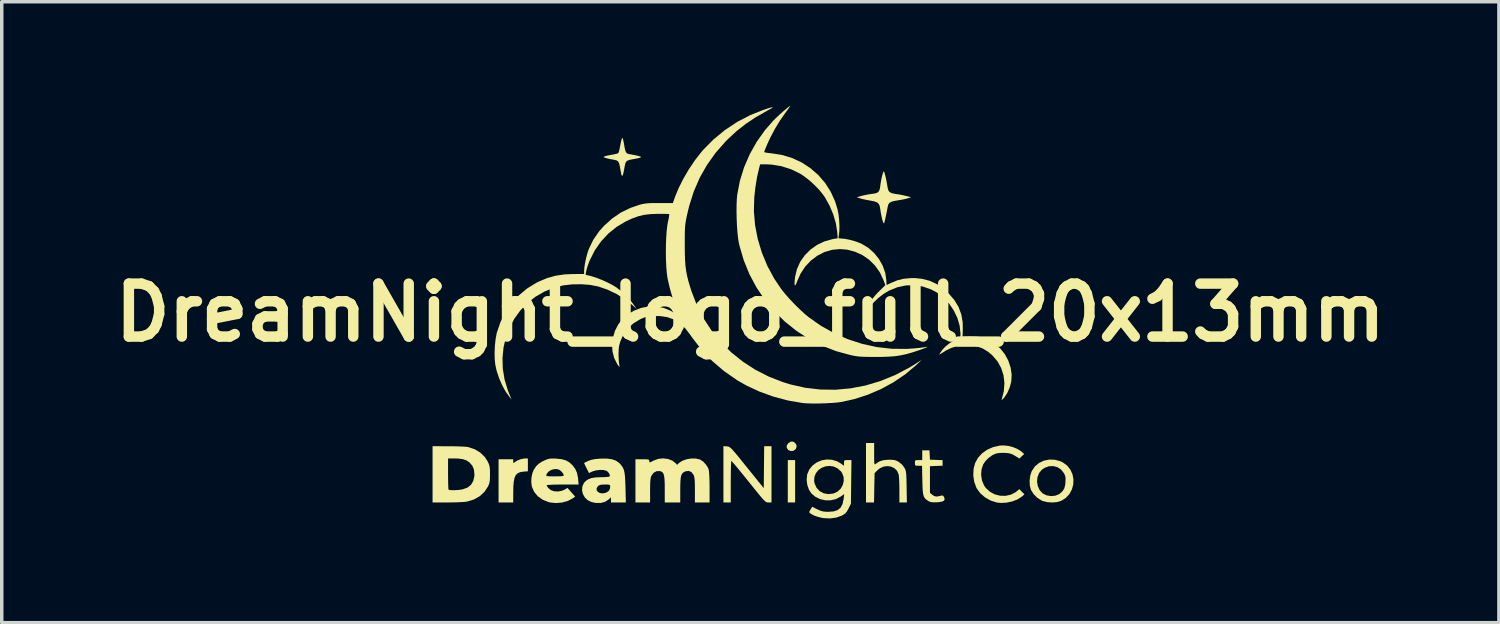
<source format=kicad_pcb>
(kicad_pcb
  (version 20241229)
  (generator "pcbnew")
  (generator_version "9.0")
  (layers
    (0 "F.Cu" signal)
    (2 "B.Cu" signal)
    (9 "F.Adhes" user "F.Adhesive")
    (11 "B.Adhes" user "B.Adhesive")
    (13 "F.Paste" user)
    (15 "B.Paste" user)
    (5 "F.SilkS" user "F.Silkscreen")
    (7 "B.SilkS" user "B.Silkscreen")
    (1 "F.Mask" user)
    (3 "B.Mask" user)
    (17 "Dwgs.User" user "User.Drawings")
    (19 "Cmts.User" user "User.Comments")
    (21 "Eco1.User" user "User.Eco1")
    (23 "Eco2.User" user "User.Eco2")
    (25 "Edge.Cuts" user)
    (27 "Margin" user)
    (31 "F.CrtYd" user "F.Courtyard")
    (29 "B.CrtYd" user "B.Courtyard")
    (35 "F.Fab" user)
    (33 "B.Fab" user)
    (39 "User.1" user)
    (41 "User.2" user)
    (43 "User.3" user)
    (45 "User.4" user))
  (footprint "DreamNight_logo_full_20x13mm"
    (layer "F.Cu")
    (at 18.549 5.949)
    (property "Reference" "DreamNight_logo_full_20x13mm" (at 0 0 0) (layer "F.SilkS") (effects (font (size 1.524 1.524) (thickness 0.3))))
    (attr board_only exclude_from_pos_files exclude_from_bom)
    (fp_poly (pts (xy 1.29 5.465) (xy 1.079 5.465) (xy 1.079 4.245) (xy 1.29 4.245)) (stroke (width 0) (type solid)) (fill yes) (layer "F.SilkS"))
    (fp_poly (pts (xy 1.29 3.753) (xy 1.331 3.817) (xy 1.327 3.887) (xy 1.3 3.935) (xy 1.246 3.976) (xy 1.174 3.986) (xy 1.106 3.964) (xy 1.097 3.958) (xy 1.05 3.897) (xy 1.047 3.83) (xy 1.088 3.765) (xy 1.16 3.715) (xy 1.228 3.713)) (stroke (width 0) (type solid)) (fill yes) (layer "F.SilkS"))
    (fp_poly (pts (xy -6.403 4.568) (xy -6.533 4.578) (xy -6.626 4.593) (xy -6.697 4.624) (xy -6.75 4.675) (xy -6.786 4.753) (xy -6.809 4.862) (xy -6.821 5.007) (xy -6.824 5.177) (xy -6.825 5.465) (xy -7.247 5.465) (xy -7.247 4.222) (xy -6.825 4.222) (xy -6.825 4.284) (xy -6.822 4.326) (xy -6.807 4.328) (xy -6.783 4.308) (xy -6.703 4.256) (xy -6.6 4.217) (xy -6.499 4.198) (xy -6.486 4.198) (xy -6.403 4.198)) (stroke (width 0) (type solid)) (fill yes) (layer "F.SilkS"))
    (fp_poly (pts (xy -0.675 3.851) (xy -0.648 3.853) (xy -0.623 3.859) (xy -0.597 3.872) (xy -0.566 3.896) (xy -0.527 3.934) (xy -0.476 3.991) (xy -0.409 4.069) (xy -0.323 4.173) (xy -0.215 4.307) (xy -0.095 4.456) (xy 0.387 5.054) (xy 0.393 4.45) (xy 0.399 3.846) (xy 0.61 3.846) (xy 0.61 5.465) (xy 0.521 5.465) (xy 0.496 5.464) (xy 0.473 5.459) (xy 0.447 5.446) (xy 0.417 5.422) (xy 0.377 5.383) (xy 0.325 5.325) (xy 0.257 5.244) (xy 0.17 5.137) (xy 0.06 5.001) (xy -0.048 4.867) (xy -0.164 4.723) (xy -0.271 4.591) (xy -0.365 4.476) (xy -0.443 4.383) (xy -0.502 4.314) (xy -0.537 4.276) (xy -0.545 4.269) (xy -0.55 4.291) (xy -0.554 4.354) (xy -0.558 4.452) (xy -0.561 4.577) (xy -0.562 4.725) (xy -0.563 4.867) (xy -0.563 5.465) (xy -0.774 5.465) (xy -0.774 3.844)) (stroke (width 0) (type solid)) (fill yes) (layer "F.SilkS"))
    (fp_poly (pts (xy 5.164 4.098) (xy 5.171 4.233) (xy 5.535 4.247) (xy 5.535 4.407) (xy 5.353 4.414) (xy 5.171 4.421) (xy 5.171 5.187) (xy 5.24 5.246) (xy 5.301 5.284) (xy 5.372 5.295) (xy 5.464 5.277) (xy 5.501 5.266) (xy 5.541 5.265) (xy 5.571 5.299) (xy 5.579 5.314) (xy 5.594 5.372) (xy 5.575 5.414) (xy 5.519 5.441) (xy 5.422 5.456) (xy 5.365 5.46) (xy 5.265 5.461) (xy 5.197 5.453) (xy 5.143 5.434) (xy 5.12 5.42) (xy 5.067 5.384) (xy 5.027 5.347) (xy 4.998 5.301) (xy 4.979 5.239) (xy 4.966 5.154) (xy 4.958 5.04) (xy 4.954 4.888) (xy 4.952 4.827) (xy 4.944 4.409) (xy 4.841 4.409) (xy 4.777 4.407) (xy 4.747 4.395) (xy 4.738 4.362) (xy 4.738 4.327) (xy 4.74 4.277) (xy 4.755 4.253) (xy 4.796 4.246) (xy 4.843 4.245) (xy 4.949 4.245) (xy 4.949 3.964) (xy 5.157 3.964)) (stroke (width 0) (type solid)) (fill yes) (layer "F.SilkS"))
    (fp_poly (pts (xy 3.565 4.073) (xy 3.565 4.2) (xy 3.567 4.287) (xy 3.571 4.34) (xy 3.578 4.365) (xy 3.589 4.369) (xy 3.605 4.358) (xy 3.606 4.357) (xy 3.706 4.289) (xy 3.822 4.25) (xy 3.968 4.235) (xy 3.987 4.235) (xy 4.088 4.237) (xy 4.16 4.247) (xy 4.221 4.27) (xy 4.269 4.296) (xy 4.368 4.375) (xy 4.433 4.46) (xy 4.453 4.497) (xy 4.468 4.534) (xy 4.479 4.578) (xy 4.487 4.637) (xy 4.492 4.718) (xy 4.496 4.83) (xy 4.499 4.978) (xy 4.499 5.013) (xy 4.507 5.465) (xy 4.292 5.465) (xy 4.291 5.107) (xy 4.29 4.974) (xy 4.286 4.85) (xy 4.28 4.747) (xy 4.273 4.675) (xy 4.27 4.658) (xy 4.225 4.555) (xy 4.149 4.48) (xy 4.052 4.433) (xy 3.943 4.418) (xy 3.829 4.435) (xy 3.721 4.487) (xy 3.661 4.537) (xy 3.577 4.621) (xy 3.569 5.043) (xy 3.562 5.465) (xy 3.33 5.465) (xy 3.33 3.753) (xy 3.565 3.753)) (stroke (width 0) (type solid)) (fill yes) (layer "F.SilkS"))
    (fp_poly (pts (xy 7.419 3.836) (xy 7.559 3.872) (xy 7.688 3.924) (xy 7.789 3.987) (xy 7.796 3.993) (xy 7.884 4.069) (xy 7.746 4.2) (xy 7.623 4.124) (xy 7.54 4.078) (xy 7.462 4.052) (xy 7.366 4.04) (xy 7.337 4.038) (xy 7.235 4.037) (xy 7.135 4.046) (xy 7.07 4.058) (xy 6.966 4.105) (xy 6.86 4.182) (xy 6.767 4.276) (xy 6.705 4.368) (xy 6.656 4.513) (xy 6.644 4.67) (xy 6.668 4.828) (xy 6.727 4.972) (xy 6.779 5.048) (xy 6.897 5.157) (xy 7.037 5.232) (xy 7.191 5.271) (xy 7.348 5.274) (xy 7.5 5.241) (xy 7.638 5.169) (xy 7.672 5.142) (xy 7.743 5.082) (xy 7.818 5.157) (xy 7.892 5.232) (xy 7.81 5.301) (xy 7.687 5.379) (xy 7.535 5.437) (xy 7.369 5.471) (xy 7.204 5.479) (xy 7.089 5.465) (xy 6.914 5.408) (xy 6.755 5.317) (xy 6.619 5.199) (xy 6.519 5.062) (xy 6.508 5.042) (xy 6.445 4.868) (xy 6.418 4.679) (xy 6.429 4.489) (xy 6.472 4.33) (xy 6.553 4.18) (xy 6.672 4.051) (xy 6.82 3.946) (xy 6.991 3.871) (xy 7.176 3.829) (xy 7.285 3.823)) (stroke (width 0) (type solid)) (fill yes) (layer "F.SilkS"))
    (fp_poly (pts (xy -3.669 -5.003) (xy -3.653 -4.942) (xy -3.637 -4.86) (xy -3.635 -4.849) (xy -3.615 -4.733) (xy -3.595 -4.654) (xy -3.572 -4.606) (xy -3.541 -4.579) (xy -3.497 -4.565) (xy -3.478 -4.561) (xy -3.346 -4.538) (xy -3.242 -4.515) (xy -3.173 -4.495) (xy -3.143 -4.48) (xy -3.143 -4.478) (xy -3.164 -4.464) (xy -3.218 -4.447) (xy -3.278 -4.434) (xy -3.401 -4.412) (xy -3.487 -4.393) (xy -3.544 -4.371) (xy -3.579 -4.338) (xy -3.6 -4.287) (xy -3.617 -4.211) (xy -3.635 -4.104) (xy -3.657 -4.001) (xy -3.676 -3.945) (xy -3.694 -3.935) (xy -3.71 -3.97) (xy -3.716 -3.991) (xy -3.729 -4.061) (xy -3.745 -4.15) (xy -3.753 -4.195) (xy -3.774 -4.29) (xy -3.803 -4.349) (xy -3.847 -4.381) (xy -3.913 -4.398) (xy -4.034 -4.42) (xy -4.131 -4.442) (xy -4.195 -4.462) (xy -4.221 -4.479) (xy -4.222 -4.48) (xy -4.201 -4.495) (xy -4.146 -4.512) (xy -4.087 -4.525) (xy -3.996 -4.542) (xy -3.91 -4.559) (xy -3.871 -4.568) (xy -3.837 -4.575) (xy -3.814 -4.584) (xy -3.796 -4.603) (xy -3.781 -4.64) (xy -3.766 -4.701) (xy -3.747 -4.795) (xy -3.728 -4.895) (xy -3.711 -4.969) (xy -3.694 -5.017) (xy -3.681 -5.03)) (stroke (width 0) (type solid)) (fill yes) (layer "F.SilkS"))
    (fp_poly (pts (xy 8.764 4.235) (xy 8.923 4.278) (xy 8.992 4.31) (xy 9.12 4.403) (xy 9.214 4.521) (xy 9.275 4.657) (xy 9.302 4.802) (xy 9.296 4.95) (xy 9.256 5.093) (xy 9.185 5.224) (xy 9.081 5.336) (xy 8.947 5.42) (xy 8.833 5.454) (xy 8.695 5.466) (xy 8.552 5.456) (xy 8.422 5.425) (xy 8.384 5.409) (xy 8.262 5.331) (xy 8.155 5.224) (xy 8.079 5.104) (xy 8.075 5.093) (xy 8.045 4.973) (xy 8.041 4.861) (xy 8.254 4.861) (xy 8.274 4.988) (xy 8.325 5.104) (xy 8.407 5.197) (xy 8.423 5.209) (xy 8.532 5.261) (xy 8.656 5.282) (xy 8.78 5.27) (xy 8.888 5.227) (xy 8.908 5.214) (xy 8.989 5.14) (xy 9.039 5.059) (xy 9.065 4.955) (xy 9.072 4.879) (xy 9.075 4.783) (xy 9.067 4.715) (xy 9.045 4.655) (xy 9.027 4.621) (xy 8.944 4.517) (xy 8.838 4.448) (xy 8.717 4.417) (xy 8.59 4.424) (xy 8.466 4.471) (xy 8.393 4.522) (xy 8.313 4.617) (xy 8.267 4.734) (xy 8.254 4.861) (xy 8.041 4.861) (xy 8.04 4.833) (xy 8.059 4.69) (xy 8.101 4.563) (xy 8.104 4.559) (xy 8.191 4.429) (xy 8.309 4.33) (xy 8.449 4.263) (xy 8.603 4.231)) (stroke (width 0) (type solid)) (fill yes) (layer "F.SilkS"))
    (fp_poly (pts (xy -8.684 3.847) (xy -8.534 3.848) (xy -8.393 3.852) (xy -8.271 3.857) (xy -8.177 3.863) (xy -8.121 3.87) (xy -8.12 3.871) (xy -7.933 3.934) (xy -7.772 4.031) (xy -7.642 4.157) (xy -7.559 4.287) (xy -7.528 4.355) (xy -7.509 4.416) (xy -7.498 4.484) (xy -7.494 4.574) (xy -7.494 4.655) (xy -7.495 4.772) (xy -7.502 4.856) (xy -7.516 4.921) (xy -7.539 4.981) (xy -7.549 5.001) (xy -7.652 5.158) (xy -7.789 5.285) (xy -7.957 5.38) (xy -8.152 5.439) (xy -8.161 5.441) (xy -8.225 5.449) (xy -8.326 5.455) (xy -8.453 5.461) (xy -8.595 5.464) (xy -8.716 5.465) (xy -9.147 5.465) (xy -9.147 4.198) (xy -8.701 4.198) (xy -8.701 4.64) (xy -8.7 4.779) (xy -8.698 4.902) (xy -8.695 5.001) (xy -8.691 5.069) (xy -8.686 5.097) (xy -8.686 5.097) (xy -8.651 5.108) (xy -8.583 5.112) (xy -8.495 5.111) (xy -8.399 5.105) (xy -8.31 5.093) (xy -8.28 5.087) (xy -8.143 5.038) (xy -8.041 4.957) (xy -7.975 4.846) (xy -7.944 4.706) (xy -7.943 4.655) (xy -7.956 4.518) (xy -8.001 4.409) (xy -8.081 4.317) (xy -8.091 4.307) (xy -8.173 4.254) (xy -8.271 4.22) (xy -8.398 4.202) (xy -8.519 4.198) (xy -8.701 4.198) (xy -9.147 4.198) (xy -9.147 3.846)) (stroke (width 0) (type solid)) (fill yes) (layer "F.SilkS"))
    (fp_poly (pts (xy 3.846 -4.066) (xy 3.861 -4.033) (xy 3.88 -3.965) (xy 3.902 -3.873) (xy 3.923 -3.769) (xy 3.942 -3.664) (xy 3.951 -3.606) (xy 3.97 -3.526) (xy 4.007 -3.472) (xy 4.071 -3.438) (xy 4.171 -3.417) (xy 4.198 -3.414) (xy 4.294 -3.399) (xy 4.406 -3.377) (xy 4.478 -3.36) (xy 4.629 -3.322) (xy 4.544 -3.293) (xy 4.479 -3.275) (xy 4.386 -3.255) (xy 4.285 -3.238) (xy 4.276 -3.236) (xy 4.151 -3.215) (xy 4.064 -3.192) (xy 4.009 -3.162) (xy 3.977 -3.122) (xy 3.961 -3.072) (xy 3.948 -3.011) (xy 3.931 -2.921) (xy 3.91 -2.817) (xy 3.904 -2.785) (xy 3.884 -2.692) (xy 3.865 -2.618) (xy 3.851 -2.575) (xy 3.846 -2.568) (xy 3.832 -2.583) (xy 3.812 -2.633) (xy 3.792 -2.703) (xy 3.769 -2.809) (xy 3.749 -2.922) (xy 3.74 -2.983) (xy 3.724 -3.071) (xy 3.696 -3.132) (xy 3.647 -3.173) (xy 3.569 -3.202) (xy 3.454 -3.225) (xy 3.442 -3.227) (xy 3.338 -3.246) (xy 3.24 -3.267) (xy 3.166 -3.287) (xy 3.156 -3.29) (xy 3.065 -3.322) (xy 3.203 -3.361) (xy 3.31 -3.386) (xy 3.427 -3.407) (xy 3.483 -3.415) (xy 3.592 -3.431) (xy 3.663 -3.456) (xy 3.705 -3.499) (xy 3.729 -3.566) (xy 3.738 -3.626) (xy 3.753 -3.731) (xy 3.772 -3.836) (xy 3.793 -3.931) (xy 3.814 -4.007) (xy 3.833 -4.055) (xy 3.846 -4.066)) (stroke (width 0) (type solid)) (fill yes) (layer "F.SilkS"))
    (fp_poly (pts (xy -5.628 4.201) (xy -5.585 4.203) (xy -5.429 4.22) (xy -5.305 4.255) (xy -5.203 4.315) (xy -5.114 4.4) (xy -5.038 4.502) (xy -4.99 4.612) (xy -4.962 4.745) (xy -4.956 4.798) (xy -4.942 4.949) (xy -5.403 4.949) (xy -5.544 4.95) (xy -5.668 4.952) (xy -5.767 4.957) (xy -5.834 4.962) (xy -5.863 4.968) (xy -5.863 4.969) (xy -5.85 5) (xy -5.818 5.047) (xy -5.815 5.05) (xy -5.739 5.112) (xy -5.637 5.145) (xy -5.522 5.149) (xy -5.407 5.123) (xy -5.335 5.089) (xy -5.264 5.045) (xy -5.153 5.171) (xy -5.042 5.297) (xy -5.111 5.346) (xy -5.252 5.421) (xy -5.418 5.467) (xy -5.595 5.482) (xy -5.768 5.464) (xy -5.816 5.452) (xy -5.98 5.385) (xy -6.117 5.287) (xy -6.221 5.163) (xy -6.286 5.018) (xy -6.288 5.01) (xy -6.306 4.882) (xy -6.299 4.743) (xy -6.287 4.688) (xy -5.873 4.688) (xy -5.864 4.701) (xy -5.834 4.709) (xy -5.778 4.713) (xy -5.685 4.714) (xy -5.627 4.714) (xy -5.512 4.713) (xy -5.438 4.71) (xy -5.394 4.703) (xy -5.375 4.691) (xy -5.371 4.677) (xy -5.386 4.638) (xy -5.425 4.586) (xy -5.439 4.572) (xy -5.497 4.525) (xy -5.561 4.506) (xy -5.613 4.503) (xy -5.711 4.52) (xy -5.795 4.565) (xy -5.854 4.63) (xy -5.87 4.667) (xy -5.873 4.688) (xy -6.287 4.688) (xy -6.27 4.611) (xy -6.232 4.522) (xy -6.166 4.424) (xy -6.092 4.351) (xy -5.995 4.289) (xy -5.925 4.255) (xy -5.852 4.224) (xy -5.789 4.207) (xy -5.721 4.2)) (stroke (width 0) (type solid)) (fill yes) (layer "F.SilkS"))
    (fp_poly (pts (xy -2.371 4.213) (xy -2.248 4.259) (xy -2.151 4.334) (xy -2.15 4.334) (xy -2.107 4.382) (xy -2.06 4.335) (xy -1.967 4.27) (xy -1.844 4.224) (xy -1.708 4.2) (xy -1.573 4.2) (xy -1.454 4.227) (xy -1.447 4.23) (xy -1.36 4.286) (xy -1.279 4.371) (xy -1.217 4.468) (xy -1.198 4.52) (xy -1.19 4.572) (xy -1.183 4.661) (xy -1.177 4.779) (xy -1.174 4.914) (xy -1.173 5.037) (xy -1.173 5.465) (xy -1.595 5.465) (xy -1.595 5.107) (xy -1.596 4.961) (xy -1.599 4.854) (xy -1.606 4.776) (xy -1.616 4.72) (xy -1.631 4.677) (xy -1.636 4.667) (xy -1.695 4.591) (xy -1.771 4.557) (xy -1.861 4.567) (xy -1.875 4.573) (xy -1.924 4.598) (xy -1.961 4.633) (xy -1.987 4.683) (xy -2.003 4.756) (xy -2.012 4.857) (xy -2.016 4.995) (xy -2.017 5.1) (xy -2.017 5.465) (xy -2.463 5.465) (xy -2.463 5.088) (xy -2.464 4.92) (xy -2.47 4.793) (xy -2.482 4.701) (xy -2.501 4.637) (xy -2.529 4.596) (xy -2.568 4.572) (xy -2.602 4.562) (xy -2.695 4.564) (xy -2.779 4.607) (xy -2.842 4.687) (xy -2.844 4.691) (xy -2.861 4.733) (xy -2.872 4.786) (xy -2.88 4.86) (xy -2.883 4.962) (xy -2.885 5.101) (xy -2.885 5.119) (xy -2.885 5.465) (xy -3.307 5.465) (xy -3.307 4.222) (xy -3.108 4.222) (xy -3.011 4.222) (xy -2.951 4.227) (xy -2.921 4.236) (xy -2.909 4.253) (xy -2.908 4.269) (xy -2.907 4.299) (xy -2.896 4.311) (xy -2.867 4.303) (xy -2.81 4.274) (xy -2.777 4.257) (xy -2.648 4.21) (xy -2.509 4.196)) (stroke (width 0) (type solid)) (fill yes) (layer "F.SilkS"))
    (fp_poly (pts (xy -3.983 4.221) (xy -3.871 4.261) (xy -3.781 4.323) (xy -3.758 4.345) (xy -3.708 4.402) (xy -3.67 4.459) (xy -3.641 4.524) (xy -3.622 4.606) (xy -3.608 4.711) (xy -3.6 4.847) (xy -3.594 5.022) (xy -3.593 5.037) (xy -3.583 5.465) (xy -4.011 5.465) (xy -4.011 5.315) (xy -4.078 5.38) (xy -4.181 5.447) (xy -4.31 5.48) (xy -4.457 5.478) (xy -4.577 5.451) (xy -4.685 5.397) (xy -4.767 5.316) (xy -4.821 5.217) (xy -4.844 5.108) (xy -4.839 5.056) (xy -4.424 5.056) (xy -4.424 5.112) (xy -4.391 5.159) (xy -4.334 5.192) (xy -4.26 5.204) (xy -4.177 5.192) (xy -4.129 5.172) (xy -4.067 5.125) (xy -4.038 5.059) (xy -4.034 5.005) (xy -4.037 4.975) (xy -4.053 4.958) (xy -4.092 4.95) (xy -4.165 4.949) (xy -4.186 4.949) (xy -4.278 4.952) (xy -4.338 4.964) (xy -4.378 4.988) (xy -4.386 4.996) (xy -4.424 5.056) (xy -4.839 5.056) (xy -4.834 5) (xy -4.788 4.902) (xy -4.736 4.846) (xy -4.664 4.797) (xy -4.578 4.765) (xy -4.468 4.746) (xy -4.324 4.738) (xy -4.276 4.738) (xy -4.18 4.735) (xy -4.103 4.729) (xy -4.056 4.721) (xy -4.047 4.716) (xy -4.045 4.674) (xy -4.07 4.621) (xy -4.113 4.572) (xy -4.143 4.553) (xy -4.228 4.531) (xy -4.337 4.529) (xy -4.45 4.543) (xy -4.544 4.573) (xy -4.644 4.618) (xy -4.714 4.479) (xy -4.75 4.407) (xy -4.775 4.354) (xy -4.784 4.331) (xy -4.765 4.317) (xy -4.714 4.292) (xy -4.661 4.268) (xy -4.576 4.238) (xy -4.478 4.218) (xy -4.351 4.206) (xy -4.301 4.203) (xy -4.124 4.203)) (stroke (width 0) (type solid)) (fill yes) (layer "F.SilkS"))
    (fp_poly (pts (xy 2.352 4.236) (xy 2.499 4.281) (xy 2.603 4.341) (xy 2.697 4.41) (xy 2.697 4.327) (xy 2.699 4.277) (xy 2.714 4.253) (xy 2.755 4.246) (xy 2.804 4.245) (xy 2.912 4.245) (xy 2.904 4.872) (xy 2.896 5.5) (xy 2.826 5.641) (xy 2.781 5.723) (xy 2.735 5.778) (xy 2.675 5.821) (xy 2.626 5.847) (xy 2.472 5.901) (xy 2.295 5.925) (xy 2.11 5.916) (xy 2.026 5.9) (xy 1.937 5.876) (xy 1.856 5.849) (xy 1.815 5.831) (xy 1.742 5.791) (xy 1.705 5.762) (xy 1.698 5.734) (xy 1.716 5.696) (xy 1.732 5.67) (xy 1.782 5.589) (xy 1.927 5.662) (xy 2.016 5.702) (xy 2.093 5.724) (xy 2.179 5.733) (xy 2.25 5.734) (xy 2.402 5.722) (xy 2.517 5.683) (xy 2.6 5.613) (xy 2.655 5.51) (xy 2.686 5.368) (xy 2.687 5.361) (xy 2.703 5.223) (xy 2.601 5.296) (xy 2.464 5.368) (xy 2.315 5.403) (xy 2.162 5.403) (xy 2.013 5.37) (xy 1.878 5.306) (xy 1.765 5.212) (xy 1.691 5.105) (xy 1.641 4.965) (xy 1.626 4.845) (xy 1.837 4.845) (xy 1.851 4.92) (xy 1.907 5.044) (xy 1.995 5.139) (xy 2.109 5.2) (xy 2.241 5.225) (xy 2.384 5.209) (xy 2.397 5.206) (xy 2.512 5.152) (xy 2.601 5.069) (xy 2.661 4.964) (xy 2.69 4.847) (xy 2.685 4.728) (xy 2.641 4.616) (xy 2.609 4.57) (xy 2.509 4.482) (xy 2.397 4.43) (xy 2.28 4.413) (xy 2.164 4.426) (xy 2.055 4.467) (xy 1.962 4.532) (xy 1.89 4.619) (xy 1.846 4.725) (xy 1.837 4.845) (xy 1.626 4.845) (xy 1.622 4.812) (xy 1.636 4.667) (xy 1.639 4.653) (xy 1.699 4.514) (xy 1.793 4.4) (xy 1.913 4.312) (xy 2.051 4.254) (xy 2.2 4.228)) (stroke (width 0) (type solid)) (fill yes) (layer "F.SilkS"))
    (fp_poly (pts (xy 0.645 -5.909) (xy 0.619 -5.888) (xy 0.553 -5.849) (xy 0.47 -5.803) (xy 0.151 -5.621) (xy -0.131 -5.432) (xy -0.388 -5.231) (xy -0.63 -5.008) (xy -0.716 -4.922) (xy -1.005 -4.592) (xy -1.252 -4.244) (xy -1.46 -3.875) (xy -1.629 -3.482) (xy -1.762 -3.062) (xy -1.821 -2.813) (xy -1.843 -2.71) (xy -1.859 -2.622) (xy -1.871 -2.54) (xy -1.879 -2.455) (xy -1.884 -2.358) (xy -1.886 -2.239) (xy -1.887 -2.091) (xy -1.887 -1.935) (xy -1.885 -1.71) (xy -1.879 -1.521) (xy -1.868 -1.358) (xy -1.849 -1.21) (xy -1.822 -1.065) (xy -1.785 -0.915) (xy -1.735 -0.747) (xy -1.696 -0.622) (xy -1.541 -0.218) (xy -1.347 0.163) (xy -1.115 0.519) (xy -0.848 0.846) (xy -0.548 1.145) (xy -0.216 1.411) (xy 0.146 1.645) (xy 0.534 1.843) (xy 0.948 2.004) (xy 1.149 2.066) (xy 1.578 2.163) (xy 2.011 2.214) (xy 2.448 2.22) (xy 2.884 2.181) (xy 3.318 2.098) (xy 3.746 1.97) (xy 4.166 1.799) (xy 4.575 1.585) (xy 4.738 1.486) (xy 4.937 1.359) (xy 4.761 1.524) (xy 4.459 1.777) (xy 4.124 2.004) (xy 3.762 2.201) (xy 3.382 2.364) (xy 2.989 2.491) (xy 2.639 2.569) (xy 2.511 2.587) (xy 2.352 2.6) (xy 2.172 2.61) (xy 1.986 2.616) (xy 1.806 2.617) (xy 1.645 2.613) (xy 1.516 2.604) (xy 1.501 2.602) (xy 1.084 2.53) (xy 0.67 2.42) (xy 0.268 2.275) (xy -0.111 2.099) (xy -0.369 1.952) (xy -0.747 1.691) (xy -1.091 1.399) (xy -1.399 1.076) (xy -1.673 0.72) (xy -1.721 0.65) (xy -1.87 0.455) (xy -2.029 0.305) (xy -2.202 0.197) (xy -2.394 0.129) (xy -2.609 0.099) (xy -2.77 0.099) (xy -2.886 0.106) (xy -2.973 0.119) (xy -3.05 0.14) (xy -3.134 0.175) (xy -3.176 0.195) (xy -3.367 0.311) (xy -3.529 0.46) (xy -3.656 0.638) (xy -3.746 0.839) (xy -3.777 0.956) (xy -3.789 1.052) (xy -3.794 1.176) (xy -3.791 1.31) (xy -3.782 1.436) (xy -3.767 1.536) (xy -3.764 1.548) (xy -3.766 1.564) (xy -3.789 1.541) (xy -3.831 1.482) (xy -3.832 1.48) (xy -3.919 1.306) (xy -3.968 1.115) (xy -3.979 0.916) (xy -3.953 0.715) (xy -3.894 0.52) (xy -3.801 0.339) (xy -3.678 0.178) (xy -3.547 0.063) (xy -3.348 -0.057) (xy -3.137 -0.137) (xy -2.92 -0.177) (xy -2.703 -0.176) (xy -2.492 -0.135) (xy -2.293 -0.054) (xy -2.121 0.061) (xy -2.016 0.147) (xy -2.1 -0.05) (xy -2.178 -0.251) (xy -2.254 -0.48) (xy -2.321 -0.718) (xy -2.374 -0.945) (xy -2.384 -0.997) (xy -2.404 -1.141) (xy -2.419 -1.319) (xy -2.428 -1.52) (xy -2.431 -1.733) (xy -2.429 -1.948) (xy -2.421 -2.156) (xy -2.408 -2.344) (xy -2.39 -2.504) (xy -2.375 -2.591) (xy -2.354 -2.689) (xy -2.34 -2.769) (xy -2.333 -2.82) (xy -2.334 -2.834) (xy -2.36 -2.838) (xy -2.423 -2.841) (xy -2.516 -2.843) (xy -2.629 -2.843) (xy -2.655 -2.843) (xy -2.871 -2.836) (xy -3.057 -2.814) (xy -3.23 -2.772) (xy -3.407 -2.707) (xy -3.577 -2.629) (xy -3.843 -2.472) (xy -4.085 -2.277) (xy -4.297 -2.049) (xy -4.477 -1.792) (xy -4.619 -1.511) (xy -4.644 -1.451) (xy -4.679 -1.353) (xy -4.708 -1.259) (xy -4.726 -1.188) (xy -4.727 -1.181) (xy -4.742 -1.09) (xy -4.57 -1.047) (xy -4.439 -1.006) (xy -4.286 -0.947) (xy -4.13 -0.877) (xy -3.984 -0.803) (xy -3.867 -0.733) (xy -3.86 -0.729) (xy -3.71 -0.611) (xy -3.562 -0.472) (xy -3.432 -0.327) (xy -3.377 -0.254) (xy -3.275 -0.106) (xy -3.39 -0.212) (xy -3.604 -0.384) (xy -3.85 -0.536) (xy -4.111 -0.661) (xy -4.374 -0.751) (xy -4.607 -0.797) (xy -4.864 -0.817) (xy -5.127 -0.813) (xy -5.382 -0.784) (xy -5.615 -0.73) (xy -5.637 -0.723) (xy -5.926 -0.607) (xy -6.187 -0.455) (xy -6.42 -0.271) (xy -6.623 -0.058) (xy -6.795 0.18) (xy -6.933 0.438) (xy -7.037 0.715) (xy -7.104 1.005) (xy -7.134 1.306) (xy -7.125 1.613) (xy -7.075 1.924) (xy -6.982 2.233) (xy -6.932 2.36) (xy -6.872 2.498) (xy -6.932 2.427) (xy -7.043 2.273) (xy -7.146 2.085) (xy -7.235 1.879) (xy -7.304 1.668) (xy -7.342 1.495) (xy -7.358 1.333) (xy -7.361 1.145) (xy -7.352 0.947) (xy -7.332 0.758) (xy -7.301 0.596) (xy -7.297 0.58) (xy -7.194 0.278) (xy -7.051 -0.005) (xy -6.873 -0.264) (xy -6.662 -0.497) (xy -6.422 -0.697) (xy -6.157 -0.86) (xy -6.096 -0.89) (xy -5.85 -0.993) (xy -5.605 -1.062) (xy -5.348 -1.1) (xy -5.107 -1.11) (xy -4.784 -1.112) (xy -4.784 -1.198) (xy -4.777 -1.302) (xy -4.756 -1.433) (xy -4.726 -1.575) (xy -4.69 -1.712) (xy -4.651 -1.826) (xy -4.65 -1.829) (xy -4.521 -2.095) (xy -4.355 -2.337) (xy -4.21 -2.499) (xy -3.975 -2.71) (xy -3.726 -2.88) (xy -3.454 -3.013) (xy -3.199 -3.101) (xy -3.121 -3.122) (xy -3.048 -3.136) (xy -2.968 -3.146) (xy -2.87 -3.152) (xy -2.744 -3.154) (xy -2.622 -3.154) (xy -2.23 -3.154) (xy -2.168 -3.33) (xy -2.063 -3.585) (xy -1.928 -3.853) (xy -1.77 -4.124) (xy -1.595 -4.384) (xy -1.411 -4.621) (xy -1.352 -4.69) (xy -1.057 -4.988) (xy -0.73 -5.256) (xy -0.376 -5.49) (xy -0.002 -5.685) (xy 0.34 -5.822) (xy 0.48 -5.87) (xy 0.576 -5.9) (xy 0.631 -5.913)) (stroke (width 0) (type solid)) (fill yes) (layer "F.SilkS"))
    (fp_poly (pts (xy 1.136 -5.926) (xy 1.1 -5.875) (xy 1.048 -5.803) (xy 1 -5.739) (xy 0.855 -5.53) (xy 0.711 -5.293) (xy 0.579 -5.044) (xy 0.493 -4.859) (xy 0.453 -4.766) (xy 0.422 -4.688) (xy 0.403 -4.637) (xy 0.399 -4.622) (xy 0.42 -4.612) (xy 0.478 -4.601) (xy 0.561 -4.59) (xy 0.6 -4.587) (xy 0.91 -4.539) (xy 1.204 -4.45) (xy 1.479 -4.322) (xy 1.731 -4.158) (xy 1.957 -3.96) (xy 2.153 -3.733) (xy 2.315 -3.479) (xy 2.441 -3.2) (xy 2.512 -2.967) (xy 2.54 -2.82) (xy 2.558 -2.656) (xy 2.566 -2.491) (xy 2.562 -2.339) (xy 2.548 -2.222) (xy 2.539 -2.165) (xy 2.548 -2.14) (xy 2.583 -2.134) (xy 2.6 -2.134) (xy 2.719 -2.124) (xy 2.862 -2.096) (xy 3.011 -2.055) (xy 3.15 -2.005) (xy 3.205 -1.981) (xy 3.395 -1.866) (xy 3.563 -1.717) (xy 3.703 -1.543) (xy 3.812 -1.349) (xy 3.884 -1.144) (xy 3.916 -0.934) (xy 3.916 -0.897) (xy 3.919 -0.836) (xy 3.924 -0.801) (xy 3.927 -0.797) (xy 3.951 -0.807) (xy 4.004 -0.832) (xy 4.05 -0.854) (xy 4.23 -0.929) (xy 4.414 -0.974) (xy 4.62 -0.993) (xy 4.679 -0.994) (xy 4.932 -0.975) (xy 5.164 -0.916) (xy 5.38 -0.815) (xy 5.583 -0.671) (xy 5.7 -0.563) (xy 5.869 -0.368) (xy 5.993 -0.164) (xy 6.075 0.054) (xy 6.114 0.288) (xy 6.117 0.469) (xy 6.11 0.694) (xy 6.325 0.684) (xy 6.548 0.691) (xy 6.748 0.736) (xy 6.932 0.821) (xy 7.105 0.948) (xy 7.196 1.034) (xy 7.326 1.196) (xy 7.426 1.381) (xy 7.493 1.58) (xy 7.523 1.782) (xy 7.513 1.977) (xy 7.512 1.98) (xy 7.468 2.152) (xy 7.399 2.311) (xy 7.312 2.443) (xy 7.295 2.463) (xy 7.251 2.506) (xy 7.234 2.512) (xy 7.237 2.498) (xy 7.298 2.262) (xy 7.315 2.03) (xy 7.289 1.806) (xy 7.222 1.596) (xy 7.115 1.403) (xy 6.968 1.231) (xy 6.854 1.134) (xy 6.695 1.035) (xy 6.527 0.973) (xy 6.34 0.944) (xy 6.175 0.943) (xy 5.977 0.964) (xy 5.807 1.008) (xy 5.648 1.082) (xy 5.558 1.138) (xy 5.497 1.177) (xy 5.454 1.201) (xy 5.441 1.204) (xy 5.454 1.179) (xy 5.487 1.129) (xy 5.524 1.077) (xy 5.605 0.988) (xy 5.714 0.897) (xy 5.834 0.815) (xy 5.948 0.756) (xy 5.97 0.747) (xy 6.02 0.725) (xy 6.043 0.697) (xy 6.05 0.646) (xy 6.051 0.611) (xy 6.027 0.382) (xy 5.961 0.155) (xy 5.858 -0.061) (xy 5.722 -0.26) (xy 5.557 -0.435) (xy 5.369 -0.579) (xy 5.21 -0.665) (xy 4.966 -0.751) (xy 4.721 -0.79) (xy 4.475 -0.782) (xy 4.228 -0.728) (xy 3.994 -0.633) (xy 3.837 -0.539) (xy 3.68 -0.417) (xy 3.536 -0.278) (xy 3.419 -0.133) (xy 3.379 -0.07) (xy 3.339 -0.006) (xy 3.319 0.019) (xy 3.315 0.008) (xy 3.318 -0.012) (xy 3.377 -0.183) (xy 3.48 -0.356) (xy 3.627 -0.533) (xy 3.682 -0.588) (xy 3.887 -0.79) (xy 3.835 -0.931) (xy 3.731 -1.155) (xy 3.591 -1.353) (xy 3.42 -1.522) (xy 3.225 -1.657) (xy 3.008 -1.755) (xy 2.776 -1.814) (xy 2.579 -1.829) (xy 2.351 -1.807) (xy 2.132 -1.742) (xy 1.928 -1.637) (xy 1.742 -1.496) (xy 1.58 -1.324) (xy 1.447 -1.122) (xy 1.349 -0.903) (xy 1.317 -0.822) (xy 1.293 -0.786) (xy 1.278 -0.793) (xy 1.273 -0.843) (xy 1.278 -0.933) (xy 1.288 -1.025) (xy 1.342 -1.251) (xy 1.436 -1.461) (xy 1.568 -1.65) (xy 1.731 -1.814) (xy 1.923 -1.95) (xy 2.139 -2.052) (xy 2.374 -2.117) (xy 2.413 -2.124) (xy 2.516 -2.139) (xy 2.502 -2.319) (xy 2.464 -2.566) (xy 2.389 -2.823) (xy 2.283 -3.076) (xy 2.151 -3.313) (xy 2.099 -3.389) (xy 1.991 -3.524) (xy 1.855 -3.665) (xy 1.706 -3.802) (xy 1.555 -3.92) (xy 1.44 -3.997) (xy 1.177 -4.125) (xy 0.898 -4.214) (xy 0.613 -4.261) (xy 0.454 -4.269) (xy 0.283 -4.269) (xy 0.256 -4.169) (xy 0.195 -3.906) (xy 0.147 -3.613) (xy 0.114 -3.317) (xy 0.103 -2.92) (xy 0.137 -2.518) (xy 0.214 -2.119) (xy 0.333 -1.725) (xy 0.492 -1.342) (xy 0.69 -0.976) (xy 0.899 -0.666) (xy 1 -0.541) (xy 1.126 -0.398) (xy 1.268 -0.248) (xy 1.416 -0.102) (xy 1.557 0.028) (xy 1.678 0.13) (xy 2.034 0.38) (xy 2.414 0.593) (xy 2.812 0.767) (xy 3.224 0.901) (xy 3.646 0.993) (xy 4.072 1.041) (xy 4.499 1.045) (xy 4.669 1.034) (xy 4.791 1.023) (xy 4.9 1.012) (xy 4.986 1.001) (xy 5.039 0.993) (xy 5.044 0.992) (xy 5.09 0.983) (xy 5.097 0.987) (xy 5.068 1.003) (xy 5.01 1.027) (xy 4.925 1.059) (xy 4.829 1.092) (xy 4.641 1.153) (xy 4.475 1.199) (xy 4.319 1.232) (xy 4.161 1.255) (xy 3.989 1.268) (xy 3.79 1.275) (xy 3.624 1.276) (xy 3.447 1.276) (xy 3.307 1.273) (xy 3.195 1.269) (xy 3.102 1.261) (xy 3.016 1.249) (xy 2.929 1.232) (xy 2.893 1.225) (xy 2.47 1.109) (xy 2.066 0.952) (xy 1.683 0.756) (xy 1.325 0.523) (xy 0.992 0.256) (xy 0.689 -0.042) (xy 0.417 -0.37) (xy 0.178 -0.724) (xy -0.024 -1.102) (xy -0.188 -1.503) (xy -0.311 -1.923) (xy -0.33 -2.005) (xy -0.352 -2.139) (xy -0.37 -2.308) (xy -0.384 -2.501) (xy -0.393 -2.705) (xy -0.397 -2.911) (xy -0.395 -3.104) (xy -0.388 -3.276) (xy -0.377 -3.392) (xy -0.301 -3.789) (xy -0.181 -4.178) (xy -0.019 -4.555) (xy 0.183 -4.915) (xy 0.423 -5.253) (xy 0.656 -5.52) (xy 0.719 -5.584) (xy 0.796 -5.657) (xy 0.879 -5.732) (xy 0.962 -5.805) (xy 1.037 -5.869) (xy 1.098 -5.918) (xy 1.138 -5.946) (xy 1.149 -5.949)) (stroke (width 0) (type solid)) (fill yes) (layer "F.SilkS")))
  (gr_rect
    (start -3 -3)
    (end 40.099 14.874)
    (stroke (width 0.1) (type default))
    (fill no)
    (layer "Edge.Cuts")))
</source>
